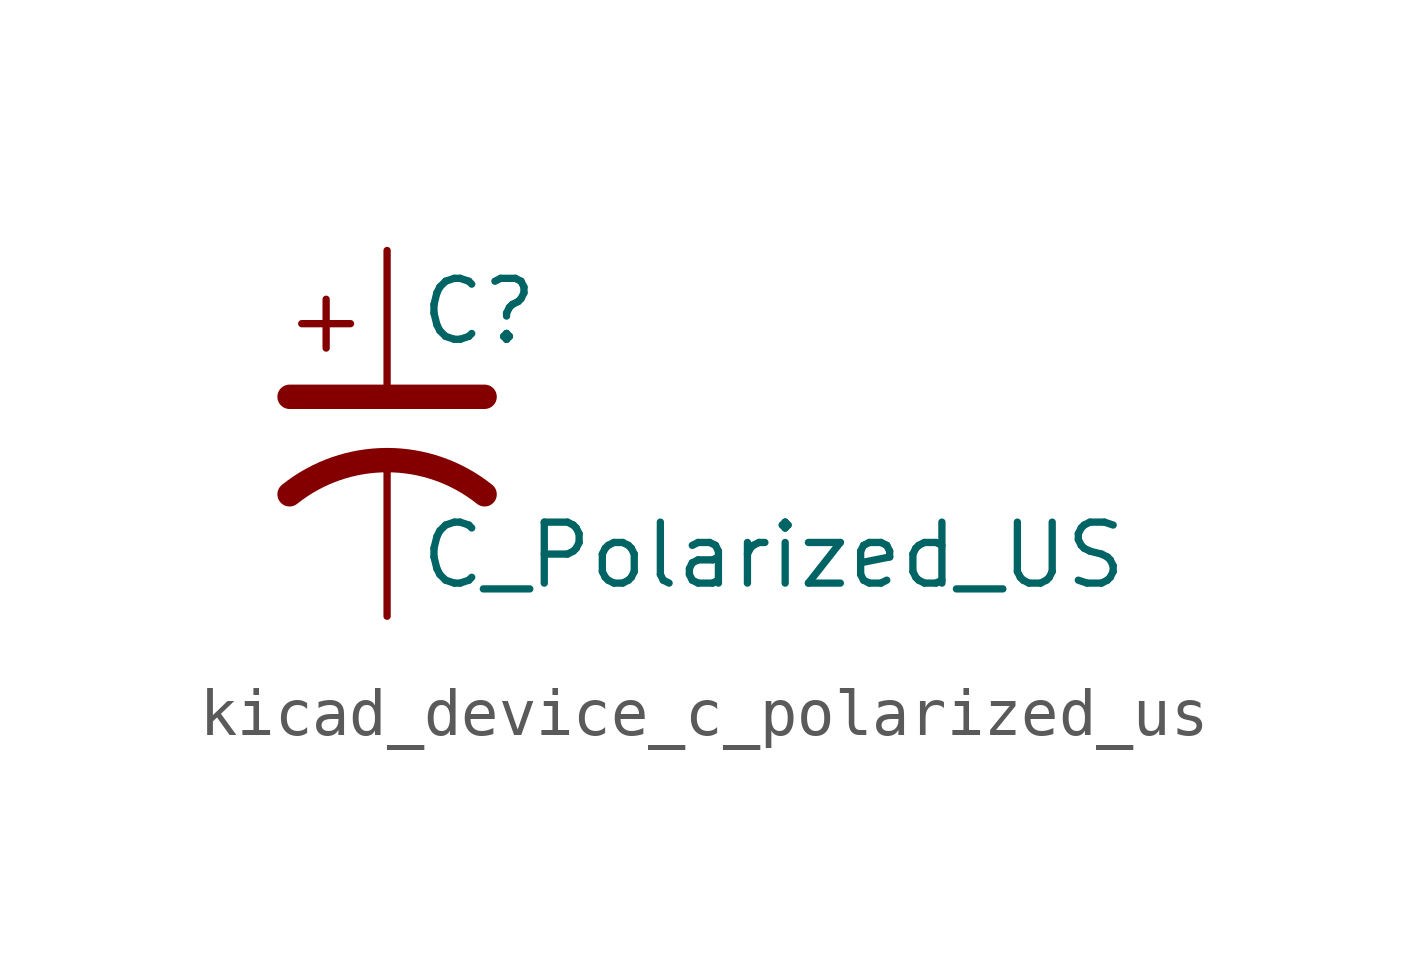
<source format=kicad_sym>
(kicad_symbol_lib
  (version 20220914)
  (generator kicad_symbol_editor)
  (symbol "kicad_device_c_polarized_us"
    (pin_numbers hide)
    (pin_names
      (offset 0.254) hide)
    (property "Reference" "C"
      (at 0.635 2.54 0)
      (effects (font (size 1.27 1.27)) (justify left)))
    (property "Value" "C_Polarized_US"
      (at 0.635 -2.54 0)
      (effects (font (size 1.27 1.27)) (justify left)))
    (symbol "kicad_device_c_polarized_us_0_1"
      (polyline (pts (xy -2.032 0.762) (xy 2.032 0.762)) (stroke (width 0.508) (type default)) (fill (type none)))
      (polyline (pts (xy -1.778 2.286) (xy -0.762 2.286)) (stroke (width 0) (type default)) (fill (type none)))
      (polyline (pts (xy -1.27 1.778) (xy -1.27 2.794)) (stroke (width 0) (type default)) (fill (type none)))
      (arc (start 2.032 -1.27) (mid 0 -0.5572) (end -2.032 -1.27) (stroke (width 0.508) (type default)) (fill (type none))))
    (symbol "kicad_device_c_polarized_us_1_1"
      (pin passive line (at 0 3.81 270) (length 2.794) (name "~" (effects (font (size 1.27 1.27)))) (number "1" (effects (font (size 1.27 1.27)))))
      (pin passive line (at 0 -3.81 90) (length 3.302) (name "~" (effects (font (size 1.27 1.27)))) (number "2" (effects (font (size 1.27 1.27))))))))
</source>
